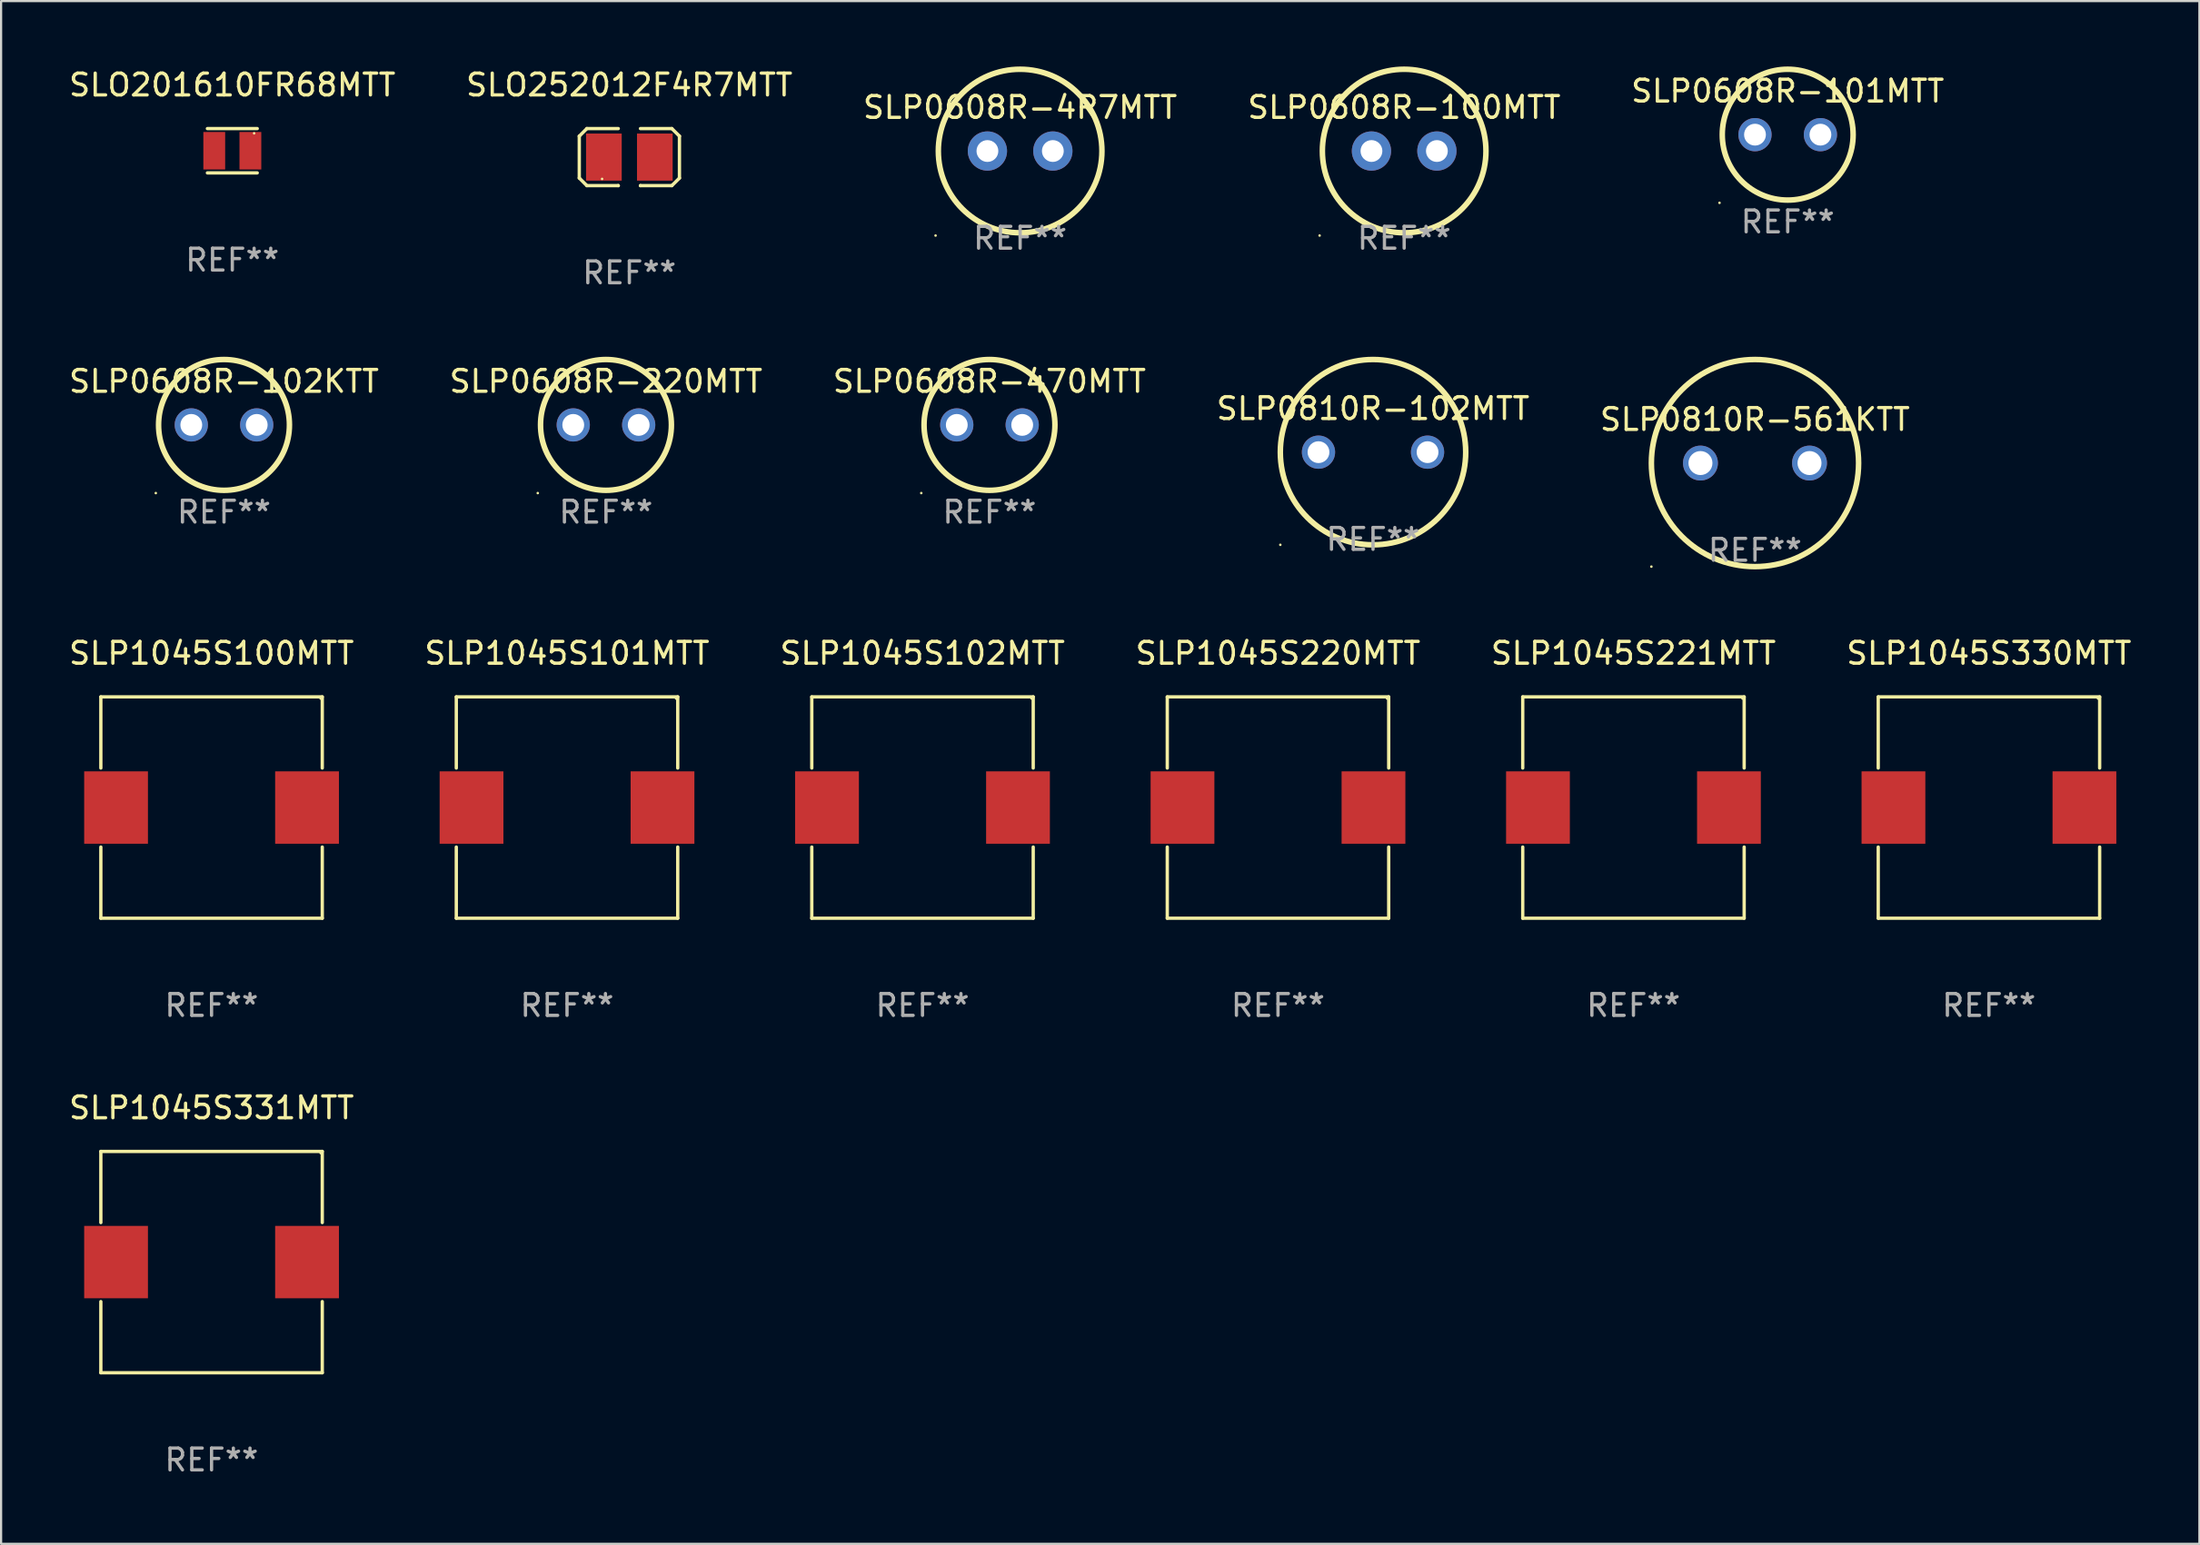
<source format=kicad_pcb>
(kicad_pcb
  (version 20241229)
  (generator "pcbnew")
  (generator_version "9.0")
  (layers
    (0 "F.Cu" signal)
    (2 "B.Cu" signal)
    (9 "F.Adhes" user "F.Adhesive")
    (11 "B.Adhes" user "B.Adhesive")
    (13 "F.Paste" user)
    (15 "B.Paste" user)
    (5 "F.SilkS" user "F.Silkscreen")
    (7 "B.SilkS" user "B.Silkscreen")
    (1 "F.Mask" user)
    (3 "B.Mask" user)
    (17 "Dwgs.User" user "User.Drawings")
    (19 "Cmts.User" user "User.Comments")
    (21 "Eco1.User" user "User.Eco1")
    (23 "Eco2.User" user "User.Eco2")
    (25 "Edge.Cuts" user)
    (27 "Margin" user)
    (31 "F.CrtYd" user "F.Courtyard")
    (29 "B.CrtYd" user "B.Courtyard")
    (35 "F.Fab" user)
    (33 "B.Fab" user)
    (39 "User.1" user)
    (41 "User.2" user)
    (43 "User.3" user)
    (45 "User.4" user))
  (footprint "SLP1045S221MTT"
    (layer "F.Cu")
    (at 71.839 33.991)
    (property "Reference" "SLP1045S221MTT" (at 0 -7.076 0) (layer "F.SilkS") (effects (font (size 1 1) (thickness 0.15))))
    (attr through_hole)
    (fp_line (start -5.076 -5.076) (end 5.076 -5.076) (stroke (width 0.152) (type solid)) (layer "F.SilkS"))
    (fp_line (start -5.076 -1.812) (end -5.076 -5.076) (stroke (width 0.152) (type solid)) (layer "F.SilkS"))
    (fp_line (start -5.076 1.812) (end -5.076 5.076) (stroke (width 0.152) (type solid)) (layer "F.SilkS"))
    (fp_line (start -5.076 5.076) (end 5.076 5.076) (stroke (width 0.152) (type solid)) (layer "F.SilkS"))
    (fp_line (start 5.076 -5.076) (end 5.076 -1.812) (stroke (width 0.152) (type solid)) (layer "F.SilkS"))
    (fp_line (start 5.076 5.076) (end 5.076 1.812) (stroke (width 0.152) (type solid)) (layer "F.SilkS"))
    (fp_circle (center 5 -5) (end 5.03 -5) (stroke (width 0.06) (type solid)) (fill no) (layer "F.SilkS"))
    (fp_text user "REF**" (at 0 9.076 0) (layer "F.Fab") (effects (font (size 1 1) (thickness 0.15))))
    (pad "1" smd rect (at 4.378 0) (size 2.924 3.32) (layers "F.Cu" "F.Mask" "F.Paste"))
    (pad "2" smd rect (at -4.378 0) (size 2.924 3.32) (layers "F.Cu" "F.Mask" "F.Paste")))
  (footprint "SLP0608R-220MTT"
    (layer "F.Cu")
    (at 24.732 16.44)
    (property "Reference" "SLP0608R-220MTT" (at 0 -2 0) (layer "F.SilkS") (effects (font (size 1 1) (thickness 0.15))))
    (attr through_hole)
    (fp_circle (center -3.127 3.127) (end -3.097 3.127) (stroke (width 0.06) (type solid)) (fill no) (layer "F.SilkS"))
    (fp_circle (center -0.000127 0) (end 3 0) (stroke (width 0.254) (type solid)) (fill no) (layer "F.SilkS"))
    (fp_text user "REF**" (at 0 4 0) (layer "F.Fab") (effects (font (size 1 1) (thickness 0.15))))
    (pad "1" thru_hole circle (at -1.5 0) (size 1.524 1.524) (drill 1) (layers "*.Cu" "*.Mask"))
    (pad "2" thru_hole circle (at 1.5 0) (size 1.524 1.524) (drill 1) (layers "*.Cu" "*.Mask")))
  (footprint "SLP1045S102MTT"
    (layer "F.Cu")
    (at 39.244 33.991)
    (property "Reference" "SLP1045S102MTT" (at 0 -7.076 0) (layer "F.SilkS") (effects (font (size 1 1) (thickness 0.15))))
    (attr through_hole)
    (fp_line (start -5.076 -5.076) (end 5.076 -5.076) (stroke (width 0.152) (type solid)) (layer "F.SilkS"))
    (fp_line (start -5.076 -1.812) (end -5.076 -5.076) (stroke (width 0.152) (type solid)) (layer "F.SilkS"))
    (fp_line (start -5.076 1.812) (end -5.076 5.076) (stroke (width 0.152) (type solid)) (layer "F.SilkS"))
    (fp_line (start -5.076 5.076) (end 5.076 5.076) (stroke (width 0.152) (type solid)) (layer "F.SilkS"))
    (fp_line (start 5.076 -5.076) (end 5.076 -1.812) (stroke (width 0.152) (type solid)) (layer "F.SilkS"))
    (fp_line (start 5.076 5.076) (end 5.076 1.812) (stroke (width 0.152) (type solid)) (layer "F.SilkS"))
    (fp_circle (center 5 -5) (end 5.03 -5) (stroke (width 0.06) (type solid)) (fill no) (layer "F.SilkS"))
    (fp_text user "REF**" (at 0 9.076 0) (layer "F.Fab") (effects (font (size 1 1) (thickness 0.15))))
    (pad "1" smd rect (at 4.378 0) (size 2.924 3.32) (layers "F.Cu" "F.Mask" "F.Paste"))
    (pad "2" smd rect (at -4.378 0) (size 2.924 3.32) (layers "F.Cu" "F.Mask" "F.Paste")))
  (footprint "SLP1045S330MTT"
    (layer "F.Cu")
    (at 88.137 33.991)
    (property "Reference" "SLP1045S330MTT" (at 0 -7.076 0) (layer "F.SilkS") (effects (font (size 1 1) (thickness 0.15))))
    (attr through_hole)
    (fp_line (start -5.076 -5.076) (end 5.076 -5.076) (stroke (width 0.152) (type solid)) (layer "F.SilkS"))
    (fp_line (start -5.076 -1.812) (end -5.076 -5.076) (stroke (width 0.152) (type solid)) (layer "F.SilkS"))
    (fp_line (start -5.076 1.812) (end -5.076 5.076) (stroke (width 0.152) (type solid)) (layer "F.SilkS"))
    (fp_line (start -5.076 5.076) (end 5.076 5.076) (stroke (width 0.152) (type solid)) (layer "F.SilkS"))
    (fp_line (start 5.076 -5.076) (end 5.076 -1.812) (stroke (width 0.152) (type solid)) (layer "F.SilkS"))
    (fp_line (start 5.076 5.076) (end 5.076 1.812) (stroke (width 0.152) (type solid)) (layer "F.SilkS"))
    (fp_circle (center 5 -5) (end 5.03 -5) (stroke (width 0.06) (type solid)) (fill no) (layer "F.SilkS"))
    (fp_text user "REF**" (at 0 9.076 0) (layer "F.Fab") (effects (font (size 1 1) (thickness 0.15))))
    (pad "1" smd rect (at 4.378 0) (size 2.924 3.32) (layers "F.Cu" "F.Mask" "F.Paste"))
    (pad "2" smd rect (at -4.378 0) (size 2.924 3.32) (layers "F.Cu" "F.Mask" "F.Paste")))
  (footprint "SLO252012F4R7MTT"
    (layer "F.Cu")
    (at 25.804 4.156)
    (property "Reference" "SLO252012F4R7MTT" (at 0 -3.308 0) (layer "F.SilkS") (effects (font (size 1 1) (thickness 0.15))))
    (attr through_hole)
    (fp_line (start -2.296 -0.96) (end -1.948 -1.308) (stroke (width 0.152) (type solid)) (layer "F.SilkS"))
    (fp_line (start -2.296 0.96) (end -2.296 -0.96) (stroke (width 0.152) (type solid)) (layer "F.SilkS"))
    (fp_line (start -1.948 -1.308) (end -0.508 -1.308) (stroke (width 0.152) (type solid)) (layer "F.SilkS"))
    (fp_line (start -1.948 1.308) (end -2.296 0.96) (stroke (width 0.152) (type solid)) (layer "F.SilkS"))
    (fp_line (start -0.508 1.308) (end -1.948 1.308) (stroke (width 0.152) (type solid)) (layer "F.SilkS"))
    (fp_line (start -0.508 1.308) (end -0.508 1.308) (stroke (width 0.152) (type solid)) (layer "F.SilkS"))
    (fp_line (start 0.508 1.308) (end 0.508 1.308) (stroke (width 0.152) (type solid)) (layer "F.SilkS"))
    (fp_line (start 0.508 1.308) (end 1.948 1.308) (stroke (width 0.152) (type solid)) (layer "F.SilkS"))
    (fp_line (start 1.948 -1.308) (end 0.508 -1.308) (stroke (width 0.152) (type solid)) (layer "F.SilkS"))
    (fp_line (start 1.948 1.308) (end 2.296 0.963) (stroke (width 0.152) (type solid)) (layer "F.SilkS"))
    (fp_line (start 2.296 -0.963) (end 1.948 -1.308) (stroke (width 0.152) (type solid)) (layer "F.SilkS"))
    (fp_line (start 2.296 0.963) (end 2.296 -0.963) (stroke (width 0.152) (type solid)) (layer "F.SilkS"))
    (fp_circle (center -1.25 1) (end -1.22 1) (stroke (width 0.06) (type solid)) (fill no) (layer "F.SilkS"))
    (fp_text user "REF**" (at 0 5.308 0) (layer "F.Fab") (effects (font (size 1 1) (thickness 0.15))))
    (pad "1" smd rect (at -1.168 0.000025) (size 1.635 2.16) (layers "F.Cu" "F.Mask" "F.Paste"))
    (pad "2" smd rect (at 1.168 0.000025) (size 1.635 2.16) (layers "F.Cu" "F.Mask" "F.Paste")))
  (footprint "SLP0608R-4R7MTT"
    (layer "F.Cu")
    (at 43.72 3.877)
    (property "Reference" "SLP0608R-4R7MTT" (at 0 -2 0) (layer "F.SilkS") (effects (font (size 1 1) (thickness 0.15))))
    (attr through_hole)
    (fp_circle (center -3.877 3.877) (end -3.847 3.877) (stroke (width 0.06) (type solid)) (fill no) (layer "F.SilkS"))
    (fp_circle (center -0.000127 0) (end 3.75 0) (stroke (width 0.254) (type solid)) (fill no) (layer "F.SilkS"))
    (fp_text user "REF**" (at 0 4 0) (layer "F.Fab") (effects (font (size 1 1) (thickness 0.15))))
    (pad "1" thru_hole circle (at -1.5 0) (size 1.8 1.8) (drill 1) (layers "*.Cu" "*.Mask"))
    (pad "2" thru_hole circle (at 1.5 0) (size 1.8 1.8) (drill 1) (layers "*.Cu" "*.Mask")))
  (footprint "SLP0810R-102MTT"
    (layer "F.Cu")
    (at 59.899 17.69)
    (property "Reference" "SLP0810R-102MTT" (at 0 -2 0) (layer "F.SilkS") (effects (font (size 1 1) (thickness 0.15))))
    (attr through_hole)
    (fp_circle (center -4.25 4.25) (end -4.22 4.25) (stroke (width 0.06) (type solid)) (fill no) (layer "F.SilkS"))
    (fp_circle (center -0.000127 0) (end 4.25 0) (stroke (width 0.254) (type solid)) (fill no) (layer "F.SilkS"))
    (fp_text user "REF**" (at 0 4 0) (layer "F.Fab") (effects (font (size 1 1) (thickness 0.15))))
    (pad "1" thru_hole circle (at -2.5 0) (size 1.524 1.524) (drill 1) (layers "*.Cu" "*.Mask"))
    (pad "2" thru_hole circle (at 2.5 0) (size 1.524 1.524) (drill 1) (layers "*.Cu" "*.Mask")))
  (footprint "SLO201610FR68MTT"
    (layer "F.Cu")
    (at 7.601 3.864)
    (property "Reference" "SLO201610FR68MTT" (at 0 -3.016 0) (layer "F.SilkS") (effects (font (size 1 1) (thickness 0.15))))
    (attr through_hole)
    (fp_line (start -1.143 -1.016) (end 1.143 -1.016) (stroke (width 0.152) (type solid)) (layer "F.SilkS"))
    (fp_line (start 1.143 1.016) (end -1.143 1.016) (stroke (width 0.152) (type solid)) (layer "F.SilkS"))
    (fp_circle (center 1 -0.8) (end 1.03 -0.8) (stroke (width 0.06) (type solid)) (fill no) (layer "F.SilkS"))
    (fp_text user "REF**" (at 0 5.016 0) (layer "F.Fab") (effects (font (size 1 1) (thickness 0.15))))
    (pad "1" smd rect (at 0.828 0) (size 1 1.72) (layers "F.Cu" "F.Mask" "F.Paste"))
    (pad "2" smd rect (at -0.828 0) (size 1 1.72) (layers "F.Cu" "F.Mask" "F.Paste")))
  (footprint "SLP0608R-470MTT"
    (layer "F.Cu")
    (at 42.315 16.44)
    (property "Reference" "SLP0608R-470MTT" (at 0 -2 0) (layer "F.SilkS") (effects (font (size 1 1) (thickness 0.15))))
    (attr through_hole)
    (fp_circle (center -3.127 3.127) (end -3.097 3.127) (stroke (width 0.06) (type solid)) (fill no) (layer "F.SilkS"))
    (fp_circle (center -0.000127 0) (end 3 0) (stroke (width 0.254) (type solid)) (fill no) (layer "F.SilkS"))
    (fp_text user "REF**" (at 0 4 0) (layer "F.Fab") (effects (font (size 1 1) (thickness 0.15))))
    (pad "1" thru_hole circle (at -1.5 0) (size 1.524 1.524) (drill 1) (layers "*.Cu" "*.Mask"))
    (pad "2" thru_hole circle (at 1.5 0) (size 1.524 1.524) (drill 1) (layers "*.Cu" "*.Mask")))
  (footprint "SLP0608R-100MTT"
    (layer "F.Cu")
    (at 61.327 3.877)
    (property "Reference" "SLP0608R-100MTT" (at 0 -2 0) (layer "F.SilkS") (effects (font (size 1 1) (thickness 0.15))))
    (attr through_hole)
    (fp_circle (center -3.877 3.877) (end -3.847 3.877) (stroke (width 0.06) (type solid)) (fill no) (layer "F.SilkS"))
    (fp_circle (center -0.000127 0) (end 3.75 0) (stroke (width 0.254) (type solid)) (fill no) (layer "F.SilkS"))
    (fp_text user "REF**" (at 0 4 0) (layer "F.Fab") (effects (font (size 1 1) (thickness 0.15))))
    (pad "1" thru_hole circle (at -1.5 0) (size 1.8 1.8) (drill 1) (layers "*.Cu" "*.Mask"))
    (pad "2" thru_hole circle (at 1.5 0) (size 1.8 1.8) (drill 1) (layers "*.Cu" "*.Mask")))
  (footprint "SLP1045S331MTT"
    (layer "F.Cu")
    (at 6.649 54.84)
    (property "Reference" "SLP1045S331MTT" (at 0 -7.076 0) (layer "F.SilkS") (effects (font (size 1 1) (thickness 0.15))))
    (attr through_hole)
    (fp_line (start -5.076 -5.076) (end 5.076 -5.076) (stroke (width 0.152) (type solid)) (layer "F.SilkS"))
    (fp_line (start -5.076 -1.812) (end -5.076 -5.076) (stroke (width 0.152) (type solid)) (layer "F.SilkS"))
    (fp_line (start -5.076 1.812) (end -5.076 5.076) (stroke (width 0.152) (type solid)) (layer "F.SilkS"))
    (fp_line (start -5.076 5.076) (end 5.076 5.076) (stroke (width 0.152) (type solid)) (layer "F.SilkS"))
    (fp_line (start 5.076 -5.076) (end 5.076 -1.812) (stroke (width 0.152) (type solid)) (layer "F.SilkS"))
    (fp_line (start 5.076 5.076) (end 5.076 1.812) (stroke (width 0.152) (type solid)) (layer "F.SilkS"))
    (fp_circle (center 5 -5) (end 5.03 -5) (stroke (width 0.06) (type solid)) (fill no) (layer "F.SilkS"))
    (fp_text user "REF**" (at 0 9.076 0) (layer "F.Fab") (effects (font (size 1 1) (thickness 0.15))))
    (pad "1" smd rect (at 4.378 0) (size 2.924 3.32) (layers "F.Cu" "F.Mask" "F.Paste"))
    (pad "2" smd rect (at -4.378 0) (size 2.924 3.32) (layers "F.Cu" "F.Mask" "F.Paste")))
  (footprint "SLP0608R-102KTT"
    (layer "F.Cu")
    (at 7.22 16.44)
    (property "Reference" "SLP0608R-102KTT" (at 0 -2 0) (layer "F.SilkS") (effects (font (size 1 1) (thickness 0.15))))
    (attr through_hole)
    (fp_circle (center -3.127 3.127) (end -3.097 3.127) (stroke (width 0.06) (type solid)) (fill no) (layer "F.SilkS"))
    (fp_circle (center -0.000127 0) (end 3 0) (stroke (width 0.254) (type solid)) (fill no) (layer "F.SilkS"))
    (fp_text user "REF**" (at 0 4 0) (layer "F.Fab") (effects (font (size 1 1) (thickness 0.15))))
    (pad "1" thru_hole circle (at -1.5 0) (size 1.524 1.524) (drill 1) (layers "*.Cu" "*.Mask"))
    (pad "2" thru_hole circle (at 1.5 0) (size 1.524 1.524) (drill 1) (layers "*.Cu" "*.Mask")))
  (footprint "SLP0810R-561KTT"
    (layer "F.Cu")
    (at 77.411 18.19)
    (property "Reference" "SLP0810R-561KTT" (at 0 -2 0) (layer "F.SilkS") (effects (font (size 1 1) (thickness 0.15))))
    (attr through_hole)
    (fp_circle (center -4.75 4.75) (end -4.72 4.75) (stroke (width 0.06) (type solid)) (fill no) (layer "F.SilkS"))
    (fp_circle (center -0.000127 0) (end 4.75 0) (stroke (width 0.254) (type solid)) (fill no) (layer "F.SilkS"))
    (fp_text user "REF**" (at 0 4 0) (layer "F.Fab") (effects (font (size 1 1) (thickness 0.15))))
    (pad "1" thru_hole circle (at -2.5 0) (size 1.6 1.6) (drill 1.1) (layers "*.Cu" "*.Mask"))
    (pad "2" thru_hole circle (at 2.5 0) (size 1.6 1.6) (drill 1.1) (layers "*.Cu" "*.Mask")))
  (footprint "SLP1045S220MTT"
    (layer "F.Cu")
    (at 55.542 33.991)
    (property "Reference" "SLP1045S220MTT" (at 0 -7.076 0) (layer "F.SilkS") (effects (font (size 1 1) (thickness 0.15))))
    (attr through_hole)
    (fp_line (start -5.076 -5.076) (end 5.076 -5.076) (stroke (width 0.152) (type solid)) (layer "F.SilkS"))
    (fp_line (start -5.076 -1.812) (end -5.076 -5.076) (stroke (width 0.152) (type solid)) (layer "F.SilkS"))
    (fp_line (start -5.076 1.812) (end -5.076 5.076) (stroke (width 0.152) (type solid)) (layer "F.SilkS"))
    (fp_line (start -5.076 5.076) (end 5.076 5.076) (stroke (width 0.152) (type solid)) (layer "F.SilkS"))
    (fp_line (start 5.076 -5.076) (end 5.076 -1.812) (stroke (width 0.152) (type solid)) (layer "F.SilkS"))
    (fp_line (start 5.076 5.076) (end 5.076 1.812) (stroke (width 0.152) (type solid)) (layer "F.SilkS"))
    (fp_circle (center 5 -5) (end 5.03 -5) (stroke (width 0.06) (type solid)) (fill no) (layer "F.SilkS"))
    (fp_text user "REF**" (at 0 9.076 0) (layer "F.Fab") (effects (font (size 1 1) (thickness 0.15))))
    (pad "1" smd rect (at 4.378 0) (size 2.924 3.32) (layers "F.Cu" "F.Mask" "F.Paste"))
    (pad "2" smd rect (at -4.378 0) (size 2.924 3.32) (layers "F.Cu" "F.Mask" "F.Paste")))
  (footprint "SLP1045S101MTT"
    (layer "F.Cu")
    (at 22.946 33.991)
    (property "Reference" "SLP1045S101MTT" (at 0 -7.076 0) (layer "F.SilkS") (effects (font (size 1 1) (thickness 0.15))))
    (attr through_hole)
    (fp_line (start -5.076 -5.076) (end 5.076 -5.076) (stroke (width 0.152) (type solid)) (layer "F.SilkS"))
    (fp_line (start -5.076 -1.812) (end -5.076 -5.076) (stroke (width 0.152) (type solid)) (layer "F.SilkS"))
    (fp_line (start -5.076 1.812) (end -5.076 5.076) (stroke (width 0.152) (type solid)) (layer "F.SilkS"))
    (fp_line (start -5.076 5.076) (end 5.076 5.076) (stroke (width 0.152) (type solid)) (layer "F.SilkS"))
    (fp_line (start 5.076 -5.076) (end 5.076 -1.812) (stroke (width 0.152) (type solid)) (layer "F.SilkS"))
    (fp_line (start 5.076 5.076) (end 5.076 1.812) (stroke (width 0.152) (type solid)) (layer "F.SilkS"))
    (fp_circle (center 5 -5) (end 5.03 -5) (stroke (width 0.06) (type solid)) (fill no) (layer "F.SilkS"))
    (fp_text user "REF**" (at 0 9.076 0) (layer "F.Fab") (effects (font (size 1 1) (thickness 0.15))))
    (pad "1" smd rect (at 4.378 0) (size 2.924 3.32) (layers "F.Cu" "F.Mask" "F.Paste"))
    (pad "2" smd rect (at -4.378 0) (size 2.924 3.32) (layers "F.Cu" "F.Mask" "F.Paste")))
  (footprint "SLP0608R-101MTT"
    (layer "F.Cu")
    (at 78.911 3.127)
    (property "Reference" "SLP0608R-101MTT" (at 0 -2 0) (layer "F.SilkS") (effects (font (size 1 1) (thickness 0.15))))
    (attr through_hole)
    (fp_circle (center -3.127 3.127) (end -3.097 3.127) (stroke (width 0.06) (type solid)) (fill no) (layer "F.SilkS"))
    (fp_circle (center -0.000127 0) (end 3 0) (stroke (width 0.254) (type solid)) (fill no) (layer "F.SilkS"))
    (fp_text user "REF**" (at 0 4 0) (layer "F.Fab") (effects (font (size 1 1) (thickness 0.15))))
    (pad "1" thru_hole circle (at -1.5 0) (size 1.524 1.524) (drill 1) (layers "*.Cu" "*.Mask"))
    (pad "2" thru_hole circle (at 1.5 0) (size 1.524 1.524) (drill 1) (layers "*.Cu" "*.Mask")))
  (footprint "SLP1045S100MTT"
    (layer "F.Cu")
    (at 6.649 33.991)
    (property "Reference" "SLP1045S100MTT" (at 0 -7.076 0) (layer "F.SilkS") (effects (font (size 1 1) (thickness 0.15))))
    (attr through_hole)
    (fp_line (start -5.076 -5.076) (end 5.076 -5.076) (stroke (width 0.152) (type solid)) (layer "F.SilkS"))
    (fp_line (start -5.076 -1.812) (end -5.076 -5.076) (stroke (width 0.152) (type solid)) (layer "F.SilkS"))
    (fp_line (start -5.076 1.812) (end -5.076 5.076) (stroke (width 0.152) (type solid)) (layer "F.SilkS"))
    (fp_line (start -5.076 5.076) (end 5.076 5.076) (stroke (width 0.152) (type solid)) (layer "F.SilkS"))
    (fp_line (start 5.076 -5.076) (end 5.076 -1.812) (stroke (width 0.152) (type solid)) (layer "F.SilkS"))
    (fp_line (start 5.076 5.076) (end 5.076 1.812) (stroke (width 0.152) (type solid)) (layer "F.SilkS"))
    (fp_circle (center 5 -5) (end 5.03 -5) (stroke (width 0.06) (type solid)) (fill no) (layer "F.SilkS"))
    (fp_text user "REF**" (at 0 9.076 0) (layer "F.Fab") (effects (font (size 1 1) (thickness 0.15))))
    (pad "1" smd rect (at 4.378 0) (size 2.924 3.32) (layers "F.Cu" "F.Mask" "F.Paste"))
    (pad "2" smd rect (at -4.378 0) (size 2.924 3.32) (layers "F.Cu" "F.Mask" "F.Paste")))
  (gr_rect
    (start -3 -3)
    (end 97.786 67.765)
    (stroke (width 0.1) (type default))
    (fill no)
    (layer "Edge.Cuts")))
</source>
